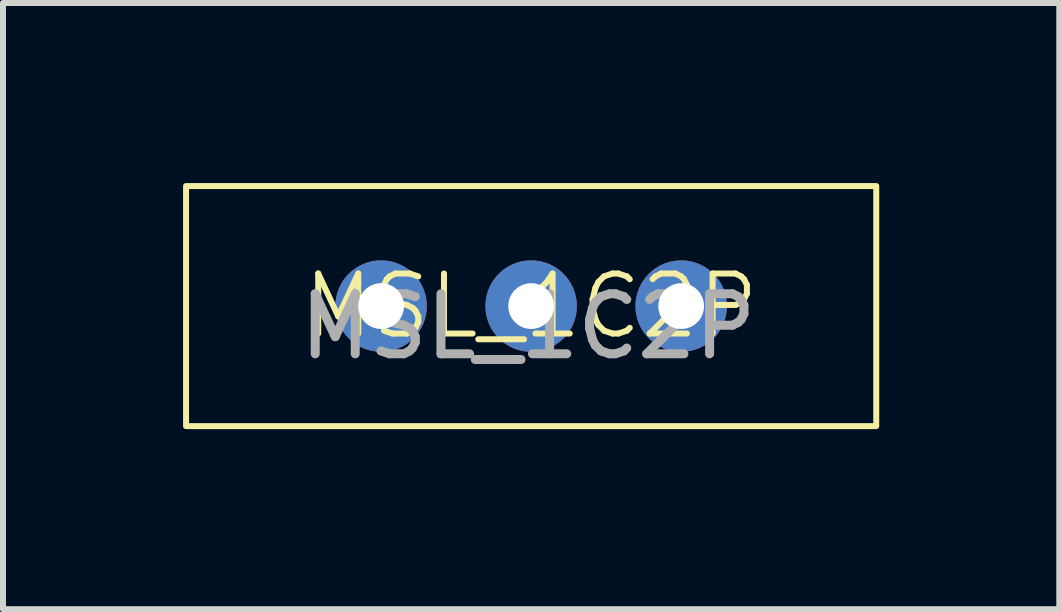
<source format=kicad_pcb>
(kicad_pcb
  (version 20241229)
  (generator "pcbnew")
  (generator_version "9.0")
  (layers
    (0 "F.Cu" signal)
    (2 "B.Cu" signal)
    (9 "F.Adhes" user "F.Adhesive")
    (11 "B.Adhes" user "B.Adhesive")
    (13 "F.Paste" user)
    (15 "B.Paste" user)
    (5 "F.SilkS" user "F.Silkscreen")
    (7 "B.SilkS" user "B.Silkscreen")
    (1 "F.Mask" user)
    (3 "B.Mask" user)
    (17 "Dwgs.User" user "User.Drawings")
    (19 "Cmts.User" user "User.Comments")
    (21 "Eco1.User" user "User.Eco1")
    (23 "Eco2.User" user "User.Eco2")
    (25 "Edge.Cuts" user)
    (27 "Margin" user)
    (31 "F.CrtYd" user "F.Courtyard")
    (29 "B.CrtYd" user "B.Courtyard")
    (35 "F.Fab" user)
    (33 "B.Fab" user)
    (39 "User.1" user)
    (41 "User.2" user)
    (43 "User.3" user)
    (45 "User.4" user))
  (footprint "MSL_1C2P"
    (layer "F.Cu")
    (at 5.81 2.05)
    (property "Reference" "MSL_1C2P" (at -0.01 0 0) (unlocked yes) (layer "F.SilkS") (effects (font (size 1 1) (thickness 0.1))))
    (attr through_hole)
    (fp_rect (start -5.76 -2) (end 5.74 2) (stroke (width 0.1) (type default)) (fill no) (layer "F.SilkS"))
    (fp_text user "${REFERENCE}" (at -0.06 0.34 0) (unlocked yes) (layer "F.Fab") (effects (font (size 1 1) (thickness 0.15))))
    (pad "1" thru_hole circle (at -2.51 0) (size 1.524 1.524) (drill 0.762) (layers "*.Cu" "*.Mask"))
    (pad "2" thru_hole circle (at -0.01 0) (size 1.524 1.524) (drill 0.762) (layers "*.Cu" "*.Mask"))
    (pad "3" thru_hole circle (at 2.49 0) (size 1.524 1.524) (drill 0.762) (layers "*.Cu" "*.Mask")))
  (gr_rect
    (start -3 -3)
    (end 14.6 7.1)
    (stroke (width 0.1) (type default))
    (fill no)
    (layer "Edge.Cuts")))
</source>
